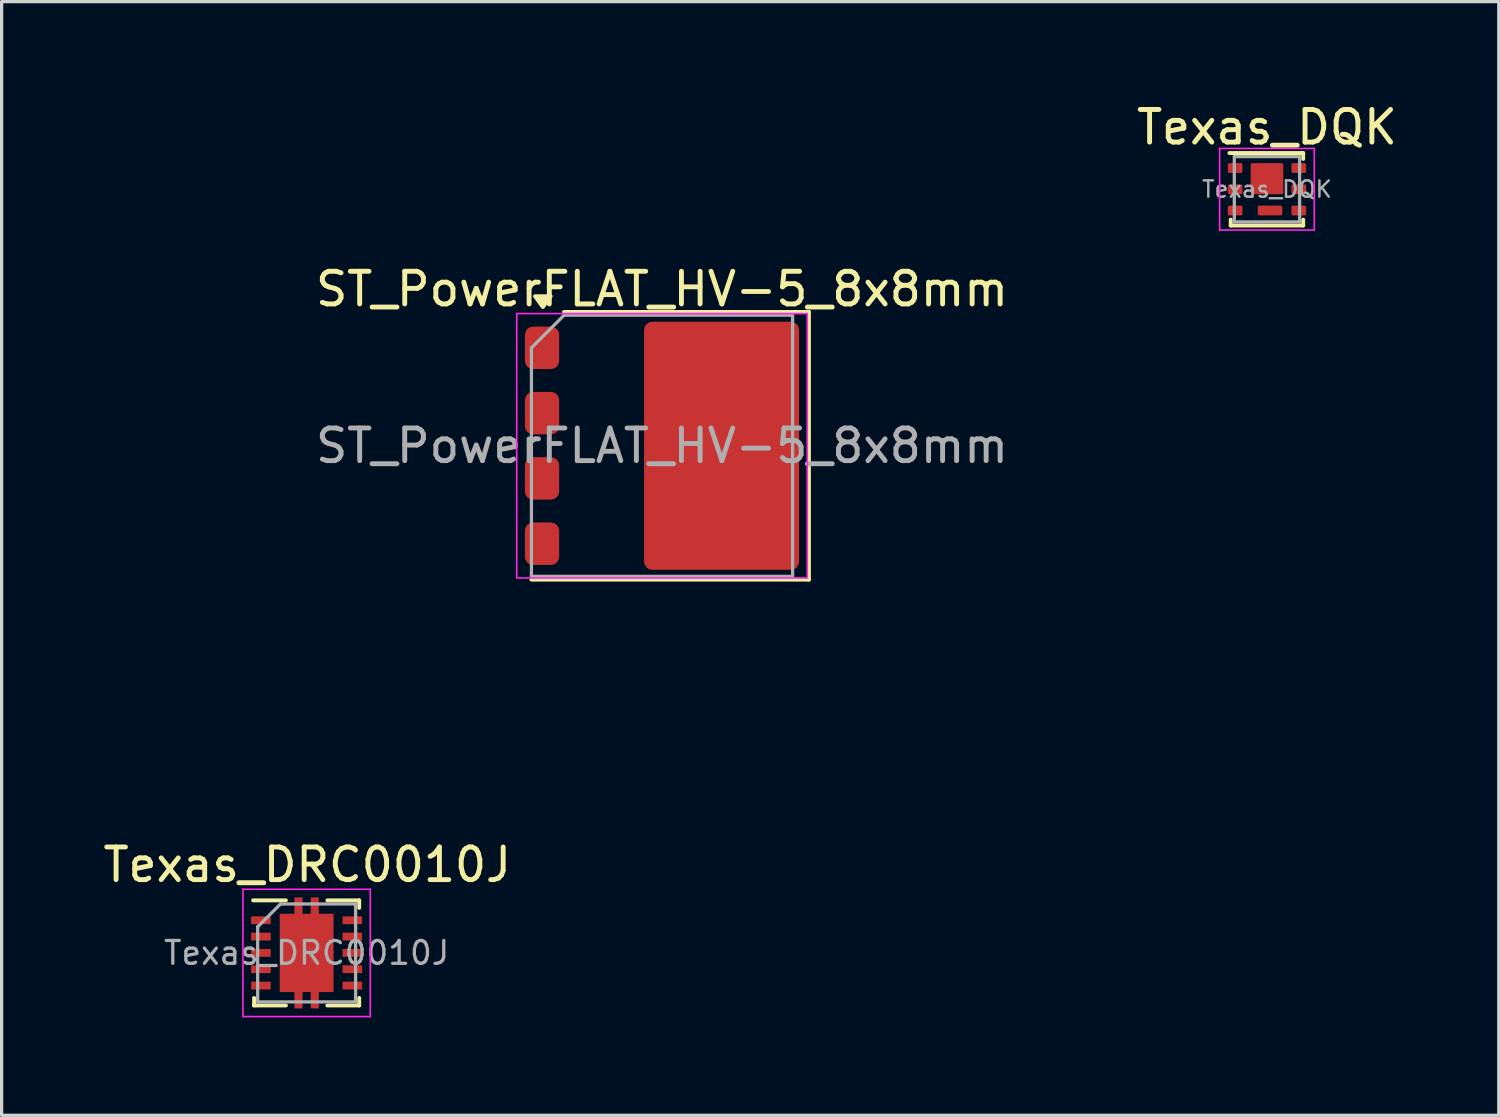
<source format=kicad_pcb>
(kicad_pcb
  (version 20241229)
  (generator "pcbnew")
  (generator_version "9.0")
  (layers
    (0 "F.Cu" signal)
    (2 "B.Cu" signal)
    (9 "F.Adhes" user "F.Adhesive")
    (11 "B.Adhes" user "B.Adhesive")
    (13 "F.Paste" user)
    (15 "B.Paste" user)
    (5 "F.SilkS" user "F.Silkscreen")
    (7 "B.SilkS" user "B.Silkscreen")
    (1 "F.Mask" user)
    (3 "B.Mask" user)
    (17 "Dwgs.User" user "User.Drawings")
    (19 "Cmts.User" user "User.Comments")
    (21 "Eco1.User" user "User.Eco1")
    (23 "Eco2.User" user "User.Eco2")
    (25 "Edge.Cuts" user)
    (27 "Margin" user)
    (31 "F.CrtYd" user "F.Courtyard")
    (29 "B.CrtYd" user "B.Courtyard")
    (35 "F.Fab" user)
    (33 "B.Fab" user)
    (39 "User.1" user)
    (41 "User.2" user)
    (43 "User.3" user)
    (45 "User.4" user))
  (footprint "Texas_DQK"
    (layer "F.Cu")
    (at 35.76 2.748)
    (property "Reference" "Texas_DQK" (at 0 -1.9 0) (layer "F.SilkS") (effects (font (size 1 1) (thickness 0.15))))
    (attr smd)
    (fp_line (start -1.15 -1.11) (end 1.11 -1.11) (stroke (width 0.12) (type solid)) (layer "F.SilkS"))
    (fp_line (start -1.11 0.93) (end -1.11 1.11) (stroke (width 0.12) (type solid)) (layer "F.SilkS"))
    (fp_line (start -1.11 1.11) (end 1.11 1.11) (stroke (width 0.12) (type solid)) (layer "F.SilkS"))
    (fp_line (start 1.11 -1.11) (end 1.11 -0.93) (stroke (width 0.12) (type solid)) (layer "F.SilkS"))
    (fp_line (start 1.11 0.93) (end 1.11 1.11) (stroke (width 0.12) (type solid)) (layer "F.SilkS"))
    (fp_line (start -1.45 -1.25) (end -1.45 1.25) (stroke (width 0.05) (type solid)) (layer "F.CrtYd"))
    (fp_line (start -1.45 -1.25) (end 1.45 -1.25) (stroke (width 0.05) (type solid)) (layer "F.CrtYd"))
    (fp_line (start -1.45 1.25) (end 1.45 1.25) (stroke (width 0.05) (type solid)) (layer "F.CrtYd"))
    (fp_line (start 1.45 -1.25) (end 1.45 1.25) (stroke (width 0.05) (type solid)) (layer "F.CrtYd"))
    (fp_line (start -1 -1) (end -1 1) (stroke (width 0.1) (type solid)) (layer "F.Fab"))
    (fp_line (start -1 -1) (end 1 -1) (stroke (width 0.1) (type solid)) (layer "F.Fab"))
    (fp_line (start -1 1) (end 1 1) (stroke (width 0.1) (type solid)) (layer "F.Fab"))
    (fp_line (start 1 -1) (end 1 1) (stroke (width 0.1) (type solid)) (layer "F.Fab"))
    (fp_text user "${REFERENCE}" (at 0 0 0) (layer "F.Fab") (effects (font (size 0.5 0.5) (thickness 0.075))))
    (pad "" smd roundrect (at 0 -0.325) (size 0.9 0.86) (layers "F.Paste") (roundrect_rratio 0.058))
    (pad "" smd roundrect (at 0.095 0.65) (size 0.7 0.29) (layers "F.Paste") (roundrect_rratio 0.172))
    (pad "1" smd roundrect (at -0.975 -0.65) (size 0.45 0.3) (layers "F.Cu" "F.Mask" "F.Paste") (roundrect_rratio 0.167))
    (pad "2" smd roundrect (at -0.975 0) (size 0.45 0.3) (layers "F.Cu" "F.Mask" "F.Paste") (roundrect_rratio 0.167))
    (pad "3" smd roundrect (at -0.975 0.65) (size 0.45 0.3) (layers "F.Cu" "F.Mask" "F.Paste") (roundrect_rratio 0.167))
    (pad "4" smd roundrect (at 0.975 0.65) (size 0.45 0.3) (layers "F.Cu" "F.Mask" "F.Paste") (roundrect_rratio 0.167))
    (pad "5" smd roundrect (at 0.975 0) (size 0.45 0.3) (layers "F.Cu" "F.Mask" "F.Paste") (roundrect_rratio 0.167))
    (pad "6" smd roundrect (at 0.975 -0.65) (size 0.45 0.3) (layers "F.Cu" "F.Mask" "F.Paste") (roundrect_rratio 0.167))
    (pad "7" smd roundrect (at 0.095 0.65) (size 0.75 0.3) (layers "F.Cu" "F.Mask") (roundrect_rratio 0.167))
    (pad "8" smd roundrect (at 0 -0.325) (size 1 0.95) (layers "F.Cu" "F.Mask") (roundrect_rratio 0.053)))
  (footprint "Texas_DRC0010J"
    (layer "F.Cu")
    (at 6.343 26.14)
    (property "Reference" "Texas_DRC0010J" (at 0.02 -2.7 0) (layer "F.SilkS") (effects (font (size 1 1) (thickness 0.15))))
    (attr smd)
    (fp_line (start -1.64 -1.61) (end -0.635 -1.61) (stroke (width 0.12) (type solid)) (layer "F.SilkS"))
    (fp_line (start -1.61 1.38) (end -1.61 1.61) (stroke (width 0.12) (type solid)) (layer "F.SilkS"))
    (fp_line (start -1.61 1.61) (end -0.635 1.61) (stroke (width 0.12) (type solid)) (layer "F.SilkS"))
    (fp_line (start 0.635 -1.61) (end 1.61 -1.61) (stroke (width 0.12) (type solid)) (layer "F.SilkS"))
    (fp_line (start 0.635 1.61) (end 1.61 1.61) (stroke (width 0.12) (type solid)) (layer "F.SilkS"))
    (fp_line (start 1.61 -1.61) (end 1.61 -1.38) (stroke (width 0.12) (type solid)) (layer "F.SilkS"))
    (fp_line (start 1.61 1.38) (end 1.61 1.61) (stroke (width 0.12) (type solid)) (layer "F.SilkS"))
    (fp_line (start -1.95 -1.95) (end -1.95 1.95) (stroke (width 0.05) (type solid)) (layer "F.CrtYd"))
    (fp_line (start -1.95 -1.95) (end 1.95 -1.95) (stroke (width 0.05) (type solid)) (layer "F.CrtYd"))
    (fp_line (start -1.95 1.95) (end 1.95 1.95) (stroke (width 0.05) (type solid)) (layer "F.CrtYd"))
    (fp_line (start 1.95 -1.95) (end 1.95 1.95) (stroke (width 0.05) (type solid)) (layer "F.CrtYd"))
    (fp_line (start -1.5 -0.8) (end -1.5 1.5) (stroke (width 0.1) (type solid)) (layer "F.Fab"))
    (fp_line (start -1.5 -0.8) (end -0.8 -1.5) (stroke (width 0.1) (type solid)) (layer "F.Fab"))
    (fp_line (start -1.5 1.5) (end 1.5 1.5) (stroke (width 0.1) (type solid)) (layer "F.Fab"))
    (fp_line (start -0.8 -1.5) (end 1.5 -1.5) (stroke (width 0.1) (type solid)) (layer "F.Fab"))
    (fp_line (start 1.5 -1.5) (end 1.5 1.5) (stroke (width 0.1) (type solid)) (layer "F.Fab"))
    (fp_text user "${REFERENCE}" (at 0 0 0) (layer "F.Fab") (effects (font (size 0.7 0.7) (thickness 0.1))))
    (pad "" smd roundrect (at -0.25 -1.53) (size 0.25 0.34) (layers "F.Paste") (roundrect_rratio 0.1))
    (pad "" smd roundrect (at -0.25 1.53) (size 0.25 0.34) (layers "F.Paste") (roundrect_rratio 0.1))
    (pad "" smd roundrect (at 0 -0.63) (size 1.5 1.06) (layers "F.Paste") (roundrect_rratio 0.1))
    (pad "" smd roundrect (at 0 0.63) (size 1.5 1.06) (layers "F.Paste") (roundrect_rratio 0.1))
    (pad "" smd roundrect (at 0.25 -1.53) (size 0.25 0.34) (layers "F.Paste") (roundrect_rratio 0.1))
    (pad "" smd roundrect (at 0.25 1.53) (size 0.25 0.34) (layers "F.Paste") (roundrect_rratio 0.1))
    (pad "1" smd rect (at -1.4 -1) (size 0.6 0.24) (layers "F.Cu" "F.Mask" "F.Paste"))
    (pad "2" smd rect (at -1.4 -0.5) (size 0.6 0.24) (layers "F.Cu" "F.Mask" "F.Paste"))
    (pad "3" smd rect (at -1.4 0) (size 0.6 0.24) (layers "F.Cu" "F.Mask" "F.Paste"))
    (pad "4" smd rect (at -1.4 0.5) (size 0.6 0.24) (layers "F.Cu" "F.Mask" "F.Paste"))
    (pad "5" smd rect (at -1.4 1) (size 0.6 0.24) (layers "F.Cu" "F.Mask" "F.Paste"))
    (pad "6" smd rect (at 1.4 1) (size 0.6 0.24) (layers "F.Cu" "F.Mask" "F.Paste"))
    (pad "7" smd rect (at 1.4 0.5) (size 0.6 0.24) (layers "F.Cu" "F.Mask" "F.Paste"))
    (pad "8" smd rect (at 1.4 0) (size 0.6 0.24) (layers "F.Cu" "F.Mask" "F.Paste"))
    (pad "9" smd rect (at 1.4 -0.5) (size 0.6 0.24) (layers "F.Cu" "F.Mask" "F.Paste"))
    (pad "10" smd rect (at 1.4 -1) (size 0.6 0.24) (layers "F.Cu" "F.Mask" "F.Paste"))
    (pad "11" smd custom (at 0 0) (size 1.65 2.4) (layers "F.Cu" "F.Mask") (options (anchor rect)) (primitives (gr_poly (pts (xy -0.125 -1.1) (xy 0.125 -1.1) (xy 0.125 -1.7) (xy 0.375 -1.7) (xy 0.375 1.7) (xy 0.125 1.7) (xy 0.125 1.1) (xy -0.125 1.1) (xy -0.125 1.7) (xy -0.375 1.7) (xy -0.375 -1.7) (xy -0.125 -1.7)) (width 0) (fill yes)))))
  (footprint "ST_PowerFLAT_HV-5_8x8mm"
    (layer "F.Cu")
    (at 17.229 10.605)
    (property "Reference" "ST_PowerFLAT_HV-5_8x8mm" (at 0 -4.8 0) (unlocked yes) (layer "F.SilkS") (effects (font (size 1 1) (thickness 0.15))))
    (attr smd)
    (fp_line (start -3 -4.1) (end 4.5 -4.1) (stroke (width 0.12) (type default)) (layer "F.SilkS"))
    (fp_line (start 4.5 -4.1) (end 4.5 4.1) (stroke (width 0.12) (type default)) (layer "F.SilkS"))
    (fp_line (start 4.5 4.1) (end -4 4.1) (stroke (width 0.12) (type default)) (layer "F.SilkS"))
    (fp_poly (pts (xy -3.65 -4.25) (xy -3.89 -4.58) (xy -3.41 -4.58) (xy -3.65 -4.25)) (stroke (width 0.12) (type solid)) (fill yes) (layer "F.SilkS"))
    (fp_rect (start 4.45 -4.05) (end -4.45 4.05) (stroke (width 0.05) (type default)) (fill no) (layer "F.CrtYd"))
    (fp_line (start -4 -3) (end -4 4) (stroke (width 0.1) (type default)) (layer "F.Fab"))
    (fp_line (start -4 4) (end 4 4) (stroke (width 0.1) (type default)) (layer "F.Fab"))
    (fp_line (start -3 -4) (end -4 -3) (stroke (width 0.1) (type default)) (layer "F.Fab"))
    (fp_line (start 4 -4) (end -3 -4) (stroke (width 0.1) (type default)) (layer "F.Fab"))
    (fp_line (start 4 4) (end 4 -4) (stroke (width 0.1) (type default)) (layer "F.Fab"))
    (fp_text user "${REFERENCE}" (at 0 0 0) (unlocked yes) (layer "F.Fab") (effects (font (size 1 1) (thickness 0.15))))
    (dimension (type aligned) (layer "User.4") (pts (xy 20.279 6.605) (xy 20.279 14.605)) (height -6.7) (format (prefix "") (suffix "") (units 3) (units_format 1) (precision 4)) (style (thickness 0.1) (arrow_length 1.27) (text_position_mode 0) (arrow_direction outward) (extension_height 0.586) (extension_offset 0.5) (keep_text_aligned yes)) (gr_text "8.0000 mm" (at 26.354 10.605 90) (layer "User.4") (effects (font (size 0.5 0.5) (thickness 0.15)))))
    (dimension (type aligned) (layer "User.4") (pts (xy 13.229 13.555) (xy 21.229 13.555)) (height 5.4) (format (prefix "") (suffix "") (units 3) (units_format 1) (precision 4)) (style (thickness 0.1) (arrow_length 1.27) (text_position_mode 0) (arrow_direction outward) (extension_height 0.586) (extension_offset 0.5) (keep_text_aligned yes)) (gr_text "8.0000 mm" (at 17.229 18.33 0) (layer "User.4") (effects (font (size 0.5 0.5) (thickness 0.15)))))
    (dimension (type aligned) (layer "User.6") (pts (xy 14.079 13.105) (xy 13.029 13.105)) (height -2.85) (format (prefix "") (suffix "") (units 3) (units_format 1) (precision 4)) (style (thickness 0.1) (arrow_length 1.27) (text_position_mode 2) (arrow_direction outward) (extension_height 0.586) (extension_offset 0.5) (keep_text_aligned yes)) (gr_text "1.0500 mm" (at 13.554 17.605 0) (layer "User.6") (effects (font (size 0.5 0.5) (thickness 0.15)))))
    (dimension (type aligned) (layer "User.6") (pts (xy 13.029 8.155) (xy 21.429 8.155)) (height -7.018) (format (prefix "") (suffix "") (units 3) (units_format 1) (precision 4)) (style (thickness 0.1) (arrow_length 1.27) (text_position_mode 0) (arrow_direction outward) (extension_height 0.586) (extension_offset 0.5) (keep_text_aligned yes)) (gr_text "8.4000 mm" (at 17.229 0.512 0) (layer "User.6") (effects (font (size 0.5 0.5) (thickness 0.15)))))
    (dimension (type aligned) (layer "User.6") (pts (xy 16.679 8.155) (xy 21.429 8.155)) (height -3.85) (format (prefix "") (suffix "") (units 3) (units_format 1) (precision 4)) (style (thickness 0.1) (arrow_length 1.27) (text_position_mode 0) (arrow_direction outward) (extension_height 0.586) (extension_offset 0.5) (keep_text_aligned yes)) (gr_text "4.7500 mm" (at 19.054 3.68 0) (layer "User.6") (effects (font (size 0.5 0.5) (thickness 0.15)))))
    (dimension (type aligned) (layer "User.6") (pts (xy 20.329 6.805) (xy 20.329 14.405)) (height -4.5) (format (prefix "") (suffix "") (units 3) (units_format 1) (precision 4)) (style (thickness 0.1) (arrow_length 1.27) (text_position_mode 0) (arrow_direction outward) (extension_height 0.586) (extension_offset 0.5) (keep_text_aligned yes)) (gr_text "7.6000 mm" (at 24.204 10.605 90) (layer "User.6") (effects (font (size 0.5 0.5) (thickness 0.15)))))
    (dimension (type aligned) (layer "User.6") (pts (xy 13.554 11.605) (xy 13.554 9.605)) (height -10.625) (format (prefix "") (suffix "") (units 3) (units_format 1) (precision 4)) (style (thickness 0.1) (arrow_length 1.27) (text_position_mode 0) (arrow_direction outward) (extension_height 0.586) (extension_offset 0.5) (keep_text_aligned yes)) (gr_text "2.0000 mm" (at 2.304 10.605 90) (layer "User.6") (effects (font (size 0.5 0.5) (thickness 0.15)))))
    (dimension (type aligned) (layer "User.6") (pts (xy 14.079 14.255) (xy 14.079 12.955)) (height -6.2) (format (prefix "") (suffix "") (units 3) (units_format 1) (precision 4)) (style (thickness 0.1) (arrow_length 1.27) (text_position_mode 2) (arrow_direction outward) (extension_height 0.586) (extension_offset 0.5) (keep_text_aligned yes)) (gr_text "1.3000 mm" (at 6.229 13.605 90) (layer "User.6") (effects (font (size 0.5 0.5) (thickness 0.15)))))
    (pad "1" smd roundrect (at -3.675 -3) (size 1.05 1.3) (layers "F.Cu" "F.Mask" "F.Paste") (roundrect_rratio 0.238))
    (pad "2" smd roundrect (at -3.675 -1 180) (size 1.05 1.3) (layers "F.Cu" "F.Mask" "F.Paste") (roundrect_rratio 0.238))
    (pad "3" smd roundrect (at -3.675 1) (size 1.05 1.3) (layers "F.Cu" "F.Mask" "F.Paste") (roundrect_rratio 0.238))
    (pad "4" smd roundrect (at -3.675 3) (size 1.05 1.3) (layers "F.Cu" "F.Mask" "F.Paste") (roundrect_rratio 0.238))
    (pad "5" smd roundrect (at 1.825 0) (size 4.75 7.6) (layers "F.Cu" "F.Mask" "F.Paste") (roundrect_rratio 0.053)))
  (gr_rect
    (start -3 -3)
    (end 42.861 31.115)
    (stroke (width 0.1) (type default))
    (fill no)
    (layer "Edge.Cuts")))
</source>
